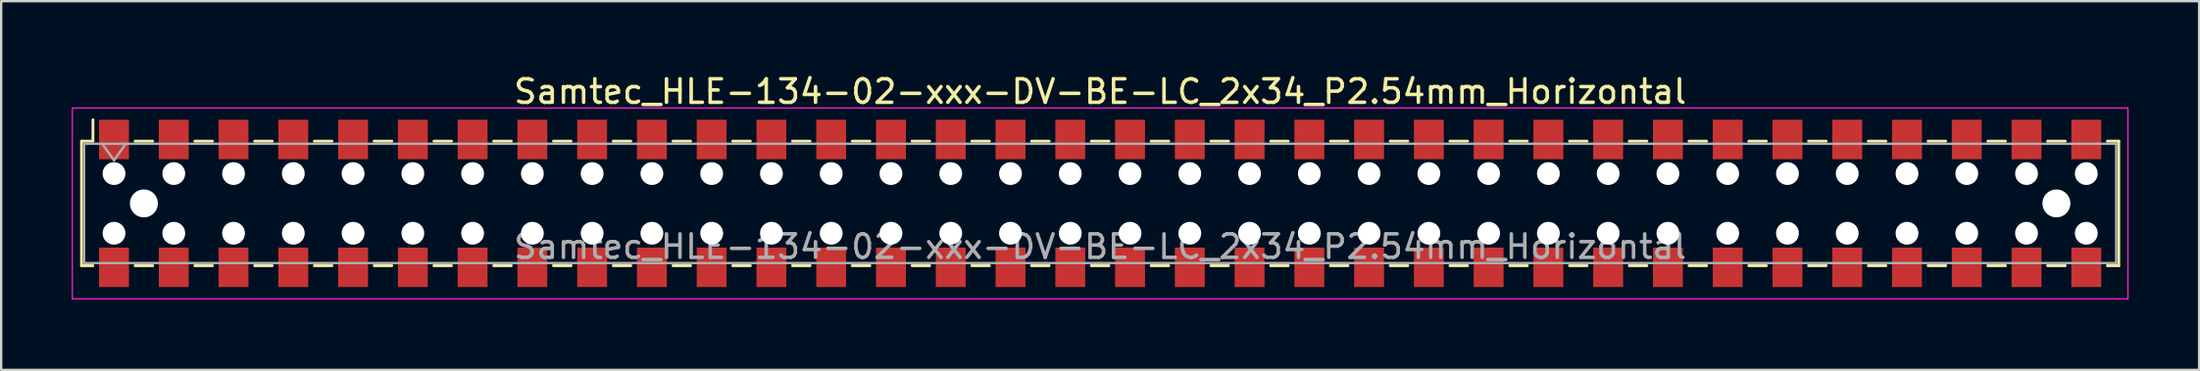
<source format=kicad_pcb>
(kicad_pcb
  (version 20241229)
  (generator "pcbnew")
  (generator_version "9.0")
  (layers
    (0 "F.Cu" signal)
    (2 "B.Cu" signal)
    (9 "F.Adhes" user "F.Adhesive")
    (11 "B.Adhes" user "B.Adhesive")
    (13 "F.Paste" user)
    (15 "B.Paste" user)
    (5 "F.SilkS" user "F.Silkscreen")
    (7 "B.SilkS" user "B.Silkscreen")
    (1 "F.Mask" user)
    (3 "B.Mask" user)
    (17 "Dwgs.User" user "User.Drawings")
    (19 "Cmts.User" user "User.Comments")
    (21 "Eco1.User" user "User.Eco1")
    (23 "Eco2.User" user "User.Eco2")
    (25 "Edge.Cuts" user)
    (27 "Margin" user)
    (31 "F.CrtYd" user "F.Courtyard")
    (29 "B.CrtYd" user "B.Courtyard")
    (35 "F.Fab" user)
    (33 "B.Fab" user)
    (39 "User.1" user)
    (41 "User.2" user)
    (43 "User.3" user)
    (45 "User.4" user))
  (footprint "Samtec_HLE-134-02-xxx-DV-BE-LC_2x34_P2.54mm_Horizontal"
    (layer "F.Cu")
    (at 43.705 5.608)
    (property "Reference" "Samtec_HLE-134-02-xxx-DV-BE-LC_2x34_P2.54mm_Horizontal" (at 0 -4.76 0) (layer "F.SilkS") (effects (font (size 1 1) (thickness 0.15))))
    (attr smd)
    (fp_line (start -43.29 -2.65) (end -43.29 2.65) (stroke (width 0.12) (type solid)) (layer "F.SilkS"))
    (fp_line (start -43.29 2.65) (end -42.805 2.65) (stroke (width 0.12) (type solid)) (layer "F.SilkS"))
    (fp_line (start -42.805 -3.56) (end -42.805 -2.65) (stroke (width 0.12) (type solid)) (layer "F.SilkS"))
    (fp_line (start -42.805 -2.65) (end -43.29 -2.65) (stroke (width 0.12) (type solid)) (layer "F.SilkS"))
    (fp_line (start -41.015 -2.65) (end -40.265 -2.65) (stroke (width 0.12) (type solid)) (layer "F.SilkS"))
    (fp_line (start -41.015 2.65) (end -40.265 2.65) (stroke (width 0.12) (type solid)) (layer "F.SilkS"))
    (fp_line (start -38.475 -2.65) (end -37.725 -2.65) (stroke (width 0.12) (type solid)) (layer "F.SilkS"))
    (fp_line (start -38.475 2.65) (end -37.725 2.65) (stroke (width 0.12) (type solid)) (layer "F.SilkS"))
    (fp_line (start -35.935 -2.65) (end -35.185 -2.65) (stroke (width 0.12) (type solid)) (layer "F.SilkS"))
    (fp_line (start -35.935 2.65) (end -35.185 2.65) (stroke (width 0.12) (type solid)) (layer "F.SilkS"))
    (fp_line (start -33.395 -2.65) (end -32.645 -2.65) (stroke (width 0.12) (type solid)) (layer "F.SilkS"))
    (fp_line (start -33.395 2.65) (end -32.645 2.65) (stroke (width 0.12) (type solid)) (layer "F.SilkS"))
    (fp_line (start -30.855 -2.65) (end -30.105 -2.65) (stroke (width 0.12) (type solid)) (layer "F.SilkS"))
    (fp_line (start -30.855 2.65) (end -30.105 2.65) (stroke (width 0.12) (type solid)) (layer "F.SilkS"))
    (fp_line (start -28.315 -2.65) (end -27.565 -2.65) (stroke (width 0.12) (type solid)) (layer "F.SilkS"))
    (fp_line (start -28.315 2.65) (end -27.565 2.65) (stroke (width 0.12) (type solid)) (layer "F.SilkS"))
    (fp_line (start -25.775 -2.65) (end -25.025 -2.65) (stroke (width 0.12) (type solid)) (layer "F.SilkS"))
    (fp_line (start -25.775 2.65) (end -25.025 2.65) (stroke (width 0.12) (type solid)) (layer "F.SilkS"))
    (fp_line (start -23.235 -2.65) (end -22.485 -2.65) (stroke (width 0.12) (type solid)) (layer "F.SilkS"))
    (fp_line (start -23.235 2.65) (end -22.485 2.65) (stroke (width 0.12) (type solid)) (layer "F.SilkS"))
    (fp_line (start -20.695 -2.65) (end -19.945 -2.65) (stroke (width 0.12) (type solid)) (layer "F.SilkS"))
    (fp_line (start -20.695 2.65) (end -19.945 2.65) (stroke (width 0.12) (type solid)) (layer "F.SilkS"))
    (fp_line (start -18.155 -2.65) (end -17.405 -2.65) (stroke (width 0.12) (type solid)) (layer "F.SilkS"))
    (fp_line (start -18.155 2.65) (end -17.405 2.65) (stroke (width 0.12) (type solid)) (layer "F.SilkS"))
    (fp_line (start -15.615 -2.65) (end -14.865 -2.65) (stroke (width 0.12) (type solid)) (layer "F.SilkS"))
    (fp_line (start -15.615 2.65) (end -14.865 2.65) (stroke (width 0.12) (type solid)) (layer "F.SilkS"))
    (fp_line (start -13.075 -2.65) (end -12.325 -2.65) (stroke (width 0.12) (type solid)) (layer "F.SilkS"))
    (fp_line (start -13.075 2.65) (end -12.325 2.65) (stroke (width 0.12) (type solid)) (layer "F.SilkS"))
    (fp_line (start -10.535 -2.65) (end -9.785 -2.65) (stroke (width 0.12) (type solid)) (layer "F.SilkS"))
    (fp_line (start -10.535 2.65) (end -9.785 2.65) (stroke (width 0.12) (type solid)) (layer "F.SilkS"))
    (fp_line (start -7.995 -2.65) (end -7.245 -2.65) (stroke (width 0.12) (type solid)) (layer "F.SilkS"))
    (fp_line (start -7.995 2.65) (end -7.245 2.65) (stroke (width 0.12) (type solid)) (layer "F.SilkS"))
    (fp_line (start -5.455 -2.65) (end -4.705 -2.65) (stroke (width 0.12) (type solid)) (layer "F.SilkS"))
    (fp_line (start -5.455 2.65) (end -4.705 2.65) (stroke (width 0.12) (type solid)) (layer "F.SilkS"))
    (fp_line (start -2.915 -2.65) (end -2.165 -2.65) (stroke (width 0.12) (type solid)) (layer "F.SilkS"))
    (fp_line (start -2.915 2.65) (end -2.165 2.65) (stroke (width 0.12) (type solid)) (layer "F.SilkS"))
    (fp_line (start -0.375 -2.65) (end 0.375 -2.65) (stroke (width 0.12) (type solid)) (layer "F.SilkS"))
    (fp_line (start -0.375 2.65) (end 0.375 2.65) (stroke (width 0.12) (type solid)) (layer "F.SilkS"))
    (fp_line (start 2.165 -2.65) (end 2.915 -2.65) (stroke (width 0.12) (type solid)) (layer "F.SilkS"))
    (fp_line (start 2.165 2.65) (end 2.915 2.65) (stroke (width 0.12) (type solid)) (layer "F.SilkS"))
    (fp_line (start 4.705 -2.65) (end 5.455 -2.65) (stroke (width 0.12) (type solid)) (layer "F.SilkS"))
    (fp_line (start 4.705 2.65) (end 5.455 2.65) (stroke (width 0.12) (type solid)) (layer "F.SilkS"))
    (fp_line (start 7.245 -2.65) (end 7.995 -2.65) (stroke (width 0.12) (type solid)) (layer "F.SilkS"))
    (fp_line (start 7.245 2.65) (end 7.995 2.65) (stroke (width 0.12) (type solid)) (layer "F.SilkS"))
    (fp_line (start 9.785 -2.65) (end 10.535 -2.65) (stroke (width 0.12) (type solid)) (layer "F.SilkS"))
    (fp_line (start 9.785 2.65) (end 10.535 2.65) (stroke (width 0.12) (type solid)) (layer "F.SilkS"))
    (fp_line (start 12.325 -2.65) (end 13.075 -2.65) (stroke (width 0.12) (type solid)) (layer "F.SilkS"))
    (fp_line (start 12.325 2.65) (end 13.075 2.65) (stroke (width 0.12) (type solid)) (layer "F.SilkS"))
    (fp_line (start 14.865 -2.65) (end 15.615 -2.65) (stroke (width 0.12) (type solid)) (layer "F.SilkS"))
    (fp_line (start 14.865 2.65) (end 15.615 2.65) (stroke (width 0.12) (type solid)) (layer "F.SilkS"))
    (fp_line (start 17.405 -2.65) (end 18.155 -2.65) (stroke (width 0.12) (type solid)) (layer "F.SilkS"))
    (fp_line (start 17.405 2.65) (end 18.155 2.65) (stroke (width 0.12) (type solid)) (layer "F.SilkS"))
    (fp_line (start 19.945 -2.65) (end 20.695 -2.65) (stroke (width 0.12) (type solid)) (layer "F.SilkS"))
    (fp_line (start 19.945 2.65) (end 20.695 2.65) (stroke (width 0.12) (type solid)) (layer "F.SilkS"))
    (fp_line (start 22.485 -2.65) (end 23.235 -2.65) (stroke (width 0.12) (type solid)) (layer "F.SilkS"))
    (fp_line (start 22.485 2.65) (end 23.235 2.65) (stroke (width 0.12) (type solid)) (layer "F.SilkS"))
    (fp_line (start 25.025 -2.65) (end 25.775 -2.65) (stroke (width 0.12) (type solid)) (layer "F.SilkS"))
    (fp_line (start 25.025 2.65) (end 25.775 2.65) (stroke (width 0.12) (type solid)) (layer "F.SilkS"))
    (fp_line (start 27.565 -2.65) (end 28.315 -2.65) (stroke (width 0.12) (type solid)) (layer "F.SilkS"))
    (fp_line (start 27.565 2.65) (end 28.315 2.65) (stroke (width 0.12) (type solid)) (layer "F.SilkS"))
    (fp_line (start 30.105 -2.65) (end 30.855 -2.65) (stroke (width 0.12) (type solid)) (layer "F.SilkS"))
    (fp_line (start 30.105 2.65) (end 30.855 2.65) (stroke (width 0.12) (type solid)) (layer "F.SilkS"))
    (fp_line (start 32.645 -2.65) (end 33.395 -2.65) (stroke (width 0.12) (type solid)) (layer "F.SilkS"))
    (fp_line (start 32.645 2.65) (end 33.395 2.65) (stroke (width 0.12) (type solid)) (layer "F.SilkS"))
    (fp_line (start 35.185 -2.65) (end 35.935 -2.65) (stroke (width 0.12) (type solid)) (layer "F.SilkS"))
    (fp_line (start 35.185 2.65) (end 35.935 2.65) (stroke (width 0.12) (type solid)) (layer "F.SilkS"))
    (fp_line (start 37.725 -2.65) (end 38.475 -2.65) (stroke (width 0.12) (type solid)) (layer "F.SilkS"))
    (fp_line (start 37.725 2.65) (end 38.475 2.65) (stroke (width 0.12) (type solid)) (layer "F.SilkS"))
    (fp_line (start 40.265 -2.65) (end 41.015 -2.65) (stroke (width 0.12) (type solid)) (layer "F.SilkS"))
    (fp_line (start 40.265 2.65) (end 41.015 2.65) (stroke (width 0.12) (type solid)) (layer "F.SilkS"))
    (fp_line (start 42.805 -2.65) (end 43.29 -2.65) (stroke (width 0.12) (type solid)) (layer "F.SilkS"))
    (fp_line (start 43.29 -2.65) (end 43.29 2.65) (stroke (width 0.12) (type solid)) (layer "F.SilkS"))
    (fp_line (start 43.29 2.65) (end 42.805 2.65) (stroke (width 0.12) (type solid)) (layer "F.SilkS"))
    (fp_line (start -43.68 -4.06) (end 43.68 -4.06) (stroke (width 0.05) (type solid)) (layer "F.CrtYd"))
    (fp_line (start -43.68 4.06) (end -43.68 -4.06) (stroke (width 0.05) (type solid)) (layer "F.CrtYd"))
    (fp_line (start 43.68 -4.06) (end 43.68 4.06) (stroke (width 0.05) (type solid)) (layer "F.CrtYd"))
    (fp_line (start 43.68 4.06) (end -43.68 4.06) (stroke (width 0.05) (type solid)) (layer "F.CrtYd"))
    (fp_line (start -43.18 -2.54) (end 43.18 -2.54) (stroke (width 0.1) (type solid)) (layer "F.Fab"))
    (fp_line (start -43.18 2.54) (end -43.18 -2.54) (stroke (width 0.1) (type solid)) (layer "F.Fab"))
    (fp_line (start -42.41 -2.54) (end -41.91 -1.833) (stroke (width 0.1) (type solid)) (layer "F.Fab"))
    (fp_line (start -41.91 -1.833) (end -41.41 -2.54) (stroke (width 0.1) (type solid)) (layer "F.Fab"))
    (fp_line (start 43.18 -2.54) (end 43.18 2.54) (stroke (width 0.1) (type solid)) (layer "F.Fab"))
    (fp_line (start 43.18 2.54) (end -43.18 2.54) (stroke (width 0.1) (type solid)) (layer "F.Fab"))
    (fp_text user "${REFERENCE}" (at 0 1.84 0) (layer "F.Fab") (effects (font (size 1 1) (thickness 0.15))))
    (pad "" np_thru_hole circle (at -41.91 -1.27) (size 0.97 0.97) (drill 0.97) (layers "*.Cu" "*.Mask"))
    (pad "" np_thru_hole circle (at -41.91 1.27) (size 0.97 0.97) (drill 0.97) (layers "*.Cu" "*.Mask"))
    (pad "" np_thru_hole circle (at -40.64 0) (size 1.19 1.19) (drill 1.19) (layers "*.Cu" "*.Mask"))
    (pad "" np_thru_hole circle (at -39.37 -1.27) (size 0.97 0.97) (drill 0.97) (layers "*.Cu" "*.Mask"))
    (pad "" np_thru_hole circle (at -39.37 1.27) (size 0.97 0.97) (drill 0.97) (layers "*.Cu" "*.Mask"))
    (pad "" np_thru_hole circle (at -36.83 -1.27) (size 0.97 0.97) (drill 0.97) (layers "*.Cu" "*.Mask"))
    (pad "" np_thru_hole circle (at -36.83 1.27) (size 0.97 0.97) (drill 0.97) (layers "*.Cu" "*.Mask"))
    (pad "" np_thru_hole circle (at -34.29 -1.27) (size 0.97 0.97) (drill 0.97) (layers "*.Cu" "*.Mask"))
    (pad "" np_thru_hole circle (at -34.29 1.27) (size 0.97 0.97) (drill 0.97) (layers "*.Cu" "*.Mask"))
    (pad "" np_thru_hole circle (at -31.75 -1.27) (size 0.97 0.97) (drill 0.97) (layers "*.Cu" "*.Mask"))
    (pad "" np_thru_hole circle (at -31.75 1.27) (size 0.97 0.97) (drill 0.97) (layers "*.Cu" "*.Mask"))
    (pad "" np_thru_hole circle (at -29.21 -1.27) (size 0.97 0.97) (drill 0.97) (layers "*.Cu" "*.Mask"))
    (pad "" np_thru_hole circle (at -29.21 1.27) (size 0.97 0.97) (drill 0.97) (layers "*.Cu" "*.Mask"))
    (pad "" np_thru_hole circle (at -26.67 -1.27) (size 0.97 0.97) (drill 0.97) (layers "*.Cu" "*.Mask"))
    (pad "" np_thru_hole circle (at -26.67 1.27) (size 0.97 0.97) (drill 0.97) (layers "*.Cu" "*.Mask"))
    (pad "" np_thru_hole circle (at -24.13 -1.27) (size 0.97 0.97) (drill 0.97) (layers "*.Cu" "*.Mask"))
    (pad "" np_thru_hole circle (at -24.13 1.27) (size 0.97 0.97) (drill 0.97) (layers "*.Cu" "*.Mask"))
    (pad "" np_thru_hole circle (at -21.59 -1.27) (size 0.97 0.97) (drill 0.97) (layers "*.Cu" "*.Mask"))
    (pad "" np_thru_hole circle (at -21.59 1.27) (size 0.97 0.97) (drill 0.97) (layers "*.Cu" "*.Mask"))
    (pad "" np_thru_hole circle (at -19.05 -1.27) (size 0.97 0.97) (drill 0.97) (layers "*.Cu" "*.Mask"))
    (pad "" np_thru_hole circle (at -19.05 1.27) (size 0.97 0.97) (drill 0.97) (layers "*.Cu" "*.Mask"))
    (pad "" np_thru_hole circle (at -16.51 -1.27) (size 0.97 0.97) (drill 0.97) (layers "*.Cu" "*.Mask"))
    (pad "" np_thru_hole circle (at -16.51 1.27) (size 0.97 0.97) (drill 0.97) (layers "*.Cu" "*.Mask"))
    (pad "" np_thru_hole circle (at -13.97 -1.27) (size 0.97 0.97) (drill 0.97) (layers "*.Cu" "*.Mask"))
    (pad "" np_thru_hole circle (at -13.97 1.27) (size 0.97 0.97) (drill 0.97) (layers "*.Cu" "*.Mask"))
    (pad "" np_thru_hole circle (at -11.43 -1.27) (size 0.97 0.97) (drill 0.97) (layers "*.Cu" "*.Mask"))
    (pad "" np_thru_hole circle (at -11.43 1.27) (size 0.97 0.97) (drill 0.97) (layers "*.Cu" "*.Mask"))
    (pad "" np_thru_hole circle (at -8.89 -1.27) (size 0.97 0.97) (drill 0.97) (layers "*.Cu" "*.Mask"))
    (pad "" np_thru_hole circle (at -8.89 1.27) (size 0.97 0.97) (drill 0.97) (layers "*.Cu" "*.Mask"))
    (pad "" np_thru_hole circle (at -6.35 -1.27) (size 0.97 0.97) (drill 0.97) (layers "*.Cu" "*.Mask"))
    (pad "" np_thru_hole circle (at -6.35 1.27) (size 0.97 0.97) (drill 0.97) (layers "*.Cu" "*.Mask"))
    (pad "" np_thru_hole circle (at -3.81 -1.27) (size 0.97 0.97) (drill 0.97) (layers "*.Cu" "*.Mask"))
    (pad "" np_thru_hole circle (at -3.81 1.27) (size 0.97 0.97) (drill 0.97) (layers "*.Cu" "*.Mask"))
    (pad "" np_thru_hole circle (at -1.27 -1.27) (size 0.97 0.97) (drill 0.97) (layers "*.Cu" "*.Mask"))
    (pad "" np_thru_hole circle (at -1.27 1.27) (size 0.97 0.97) (drill 0.97) (layers "*.Cu" "*.Mask"))
    (pad "" np_thru_hole circle (at 1.27 -1.27) (size 0.97 0.97) (drill 0.97) (layers "*.Cu" "*.Mask"))
    (pad "" np_thru_hole circle (at 1.27 1.27) (size 0.97 0.97) (drill 0.97) (layers "*.Cu" "*.Mask"))
    (pad "" np_thru_hole circle (at 3.81 -1.27) (size 0.97 0.97) (drill 0.97) (layers "*.Cu" "*.Mask"))
    (pad "" np_thru_hole circle (at 3.81 1.27) (size 0.97 0.97) (drill 0.97) (layers "*.Cu" "*.Mask"))
    (pad "" np_thru_hole circle (at 6.35 -1.27) (size 0.97 0.97) (drill 0.97) (layers "*.Cu" "*.Mask"))
    (pad "" np_thru_hole circle (at 6.35 1.27) (size 0.97 0.97) (drill 0.97) (layers "*.Cu" "*.Mask"))
    (pad "" np_thru_hole circle (at 8.89 -1.27) (size 0.97 0.97) (drill 0.97) (layers "*.Cu" "*.Mask"))
    (pad "" np_thru_hole circle (at 8.89 1.27) (size 0.97 0.97) (drill 0.97) (layers "*.Cu" "*.Mask"))
    (pad "" np_thru_hole circle (at 11.43 -1.27) (size 0.97 0.97) (drill 0.97) (layers "*.Cu" "*.Mask"))
    (pad "" np_thru_hole circle (at 11.43 1.27) (size 0.97 0.97) (drill 0.97) (layers "*.Cu" "*.Mask"))
    (pad "" np_thru_hole circle (at 13.97 -1.27) (size 0.97 0.97) (drill 0.97) (layers "*.Cu" "*.Mask"))
    (pad "" np_thru_hole circle (at 13.97 1.27) (size 0.97 0.97) (drill 0.97) (layers "*.Cu" "*.Mask"))
    (pad "" np_thru_hole circle (at 16.51 -1.27) (size 0.97 0.97) (drill 0.97) (layers "*.Cu" "*.Mask"))
    (pad "" np_thru_hole circle (at 16.51 1.27) (size 0.97 0.97) (drill 0.97) (layers "*.Cu" "*.Mask"))
    (pad "" np_thru_hole circle (at 19.05 -1.27) (size 0.97 0.97) (drill 0.97) (layers "*.Cu" "*.Mask"))
    (pad "" np_thru_hole circle (at 19.05 1.27) (size 0.97 0.97) (drill 0.97) (layers "*.Cu" "*.Mask"))
    (pad "" np_thru_hole circle (at 21.59 -1.27) (size 0.97 0.97) (drill 0.97) (layers "*.Cu" "*.Mask"))
    (pad "" np_thru_hole circle (at 21.59 1.27) (size 0.97 0.97) (drill 0.97) (layers "*.Cu" "*.Mask"))
    (pad "" np_thru_hole circle (at 24.13 -1.27) (size 0.97 0.97) (drill 0.97) (layers "*.Cu" "*.Mask"))
    (pad "" np_thru_hole circle (at 24.13 1.27) (size 0.97 0.97) (drill 0.97) (layers "*.Cu" "*.Mask"))
    (pad "" np_thru_hole circle (at 26.67 -1.27) (size 0.97 0.97) (drill 0.97) (layers "*.Cu" "*.Mask"))
    (pad "" np_thru_hole circle (at 26.67 1.27) (size 0.97 0.97) (drill 0.97) (layers "*.Cu" "*.Mask"))
    (pad "" np_thru_hole circle (at 29.21 -1.27) (size 0.97 0.97) (drill 0.97) (layers "*.Cu" "*.Mask"))
    (pad "" np_thru_hole circle (at 29.21 1.27) (size 0.97 0.97) (drill 0.97) (layers "*.Cu" "*.Mask"))
    (pad "" np_thru_hole circle (at 31.75 -1.27) (size 0.97 0.97) (drill 0.97) (layers "*.Cu" "*.Mask"))
    (pad "" np_thru_hole circle (at 31.75 1.27) (size 0.97 0.97) (drill 0.97) (layers "*.Cu" "*.Mask"))
    (pad "" np_thru_hole circle (at 34.29 -1.27) (size 0.97 0.97) (drill 0.97) (layers "*.Cu" "*.Mask"))
    (pad "" np_thru_hole circle (at 34.29 1.27) (size 0.97 0.97) (drill 0.97) (layers "*.Cu" "*.Mask"))
    (pad "" np_thru_hole circle (at 36.83 -1.27) (size 0.97 0.97) (drill 0.97) (layers "*.Cu" "*.Mask"))
    (pad "" np_thru_hole circle (at 36.83 1.27) (size 0.97 0.97) (drill 0.97) (layers "*.Cu" "*.Mask"))
    (pad "" np_thru_hole circle (at 39.37 -1.27) (size 0.97 0.97) (drill 0.97) (layers "*.Cu" "*.Mask"))
    (pad "" np_thru_hole circle (at 39.37 1.27) (size 0.97 0.97) (drill 0.97) (layers "*.Cu" "*.Mask"))
    (pad "" np_thru_hole circle (at 40.64 0) (size 1.19 1.19) (drill 1.19) (layers "*.Cu" "*.Mask"))
    (pad "" np_thru_hole circle (at 41.91 -1.27) (size 0.97 0.97) (drill 0.97) (layers "*.Cu" "*.Mask"))
    (pad "" np_thru_hole circle (at 41.91 1.27) (size 0.97 0.97) (drill 0.97) (layers "*.Cu" "*.Mask"))
    (pad "1" smd rect (at -41.91 -2.72) (size 1.27 1.68) (layers "F.Cu" "F.Mask" "F.Paste"))
    (pad "2" smd rect (at -41.91 2.72) (size 1.27 1.68) (layers "F.Cu" "F.Mask" "F.Paste"))
    (pad "3" smd rect (at -39.37 -2.72) (size 1.27 1.68) (layers "F.Cu" "F.Mask" "F.Paste"))
    (pad "4" smd rect (at -39.37 2.72) (size 1.27 1.68) (layers "F.Cu" "F.Mask" "F.Paste"))
    (pad "5" smd rect (at -36.83 -2.72) (size 1.27 1.68) (layers "F.Cu" "F.Mask" "F.Paste"))
    (pad "6" smd rect (at -36.83 2.72) (size 1.27 1.68) (layers "F.Cu" "F.Mask" "F.Paste"))
    (pad "7" smd rect (at -34.29 -2.72) (size 1.27 1.68) (layers "F.Cu" "F.Mask" "F.Paste"))
    (pad "8" smd rect (at -34.29 2.72) (size 1.27 1.68) (layers "F.Cu" "F.Mask" "F.Paste"))
    (pad "9" smd rect (at -31.75 -2.72) (size 1.27 1.68) (layers "F.Cu" "F.Mask" "F.Paste"))
    (pad "10" smd rect (at -31.75 2.72) (size 1.27 1.68) (layers "F.Cu" "F.Mask" "F.Paste"))
    (pad "11" smd rect (at -29.21 -2.72) (size 1.27 1.68) (layers "F.Cu" "F.Mask" "F.Paste"))
    (pad "12" smd rect (at -29.21 2.72) (size 1.27 1.68) (layers "F.Cu" "F.Mask" "F.Paste"))
    (pad "13" smd rect (at -26.67 -2.72) (size 1.27 1.68) (layers "F.Cu" "F.Mask" "F.Paste"))
    (pad "14" smd rect (at -26.67 2.72) (size 1.27 1.68) (layers "F.Cu" "F.Mask" "F.Paste"))
    (pad "15" smd rect (at -24.13 -2.72) (size 1.27 1.68) (layers "F.Cu" "F.Mask" "F.Paste"))
    (pad "16" smd rect (at -24.13 2.72) (size 1.27 1.68) (layers "F.Cu" "F.Mask" "F.Paste"))
    (pad "17" smd rect (at -21.59 -2.72) (size 1.27 1.68) (layers "F.Cu" "F.Mask" "F.Paste"))
    (pad "18" smd rect (at -21.59 2.72) (size 1.27 1.68) (layers "F.Cu" "F.Mask" "F.Paste"))
    (pad "19" smd rect (at -19.05 -2.72) (size 1.27 1.68) (layers "F.Cu" "F.Mask" "F.Paste"))
    (pad "20" smd rect (at -19.05 2.72) (size 1.27 1.68) (layers "F.Cu" "F.Mask" "F.Paste"))
    (pad "21" smd rect (at -16.51 -2.72) (size 1.27 1.68) (layers "F.Cu" "F.Mask" "F.Paste"))
    (pad "22" smd rect (at -16.51 2.72) (size 1.27 1.68) (layers "F.Cu" "F.Mask" "F.Paste"))
    (pad "23" smd rect (at -13.97 -2.72) (size 1.27 1.68) (layers "F.Cu" "F.Mask" "F.Paste"))
    (pad "24" smd rect (at -13.97 2.72) (size 1.27 1.68) (layers "F.Cu" "F.Mask" "F.Paste"))
    (pad "25" smd rect (at -11.43 -2.72) (size 1.27 1.68) (layers "F.Cu" "F.Mask" "F.Paste"))
    (pad "26" smd rect (at -11.43 2.72) (size 1.27 1.68) (layers "F.Cu" "F.Mask" "F.Paste"))
    (pad "27" smd rect (at -8.89 -2.72) (size 1.27 1.68) (layers "F.Cu" "F.Mask" "F.Paste"))
    (pad "28" smd rect (at -8.89 2.72) (size 1.27 1.68) (layers "F.Cu" "F.Mask" "F.Paste"))
    (pad "29" smd rect (at -6.35 -2.72) (size 1.27 1.68) (layers "F.Cu" "F.Mask" "F.Paste"))
    (pad "30" smd rect (at -6.35 2.72) (size 1.27 1.68) (layers "F.Cu" "F.Mask" "F.Paste"))
    (pad "31" smd rect (at -3.81 -2.72) (size 1.27 1.68) (layers "F.Cu" "F.Mask" "F.Paste"))
    (pad "32" smd rect (at -3.81 2.72) (size 1.27 1.68) (layers "F.Cu" "F.Mask" "F.Paste"))
    (pad "33" smd rect (at -1.27 -2.72) (size 1.27 1.68) (layers "F.Cu" "F.Mask" "F.Paste"))
    (pad "34" smd rect (at -1.27 2.72) (size 1.27 1.68) (layers "F.Cu" "F.Mask" "F.Paste"))
    (pad "35" smd rect (at 1.27 -2.72) (size 1.27 1.68) (layers "F.Cu" "F.Mask" "F.Paste"))
    (pad "36" smd rect (at 1.27 2.72) (size 1.27 1.68) (layers "F.Cu" "F.Mask" "F.Paste"))
    (pad "37" smd rect (at 3.81 -2.72) (size 1.27 1.68) (layers "F.Cu" "F.Mask" "F.Paste"))
    (pad "38" smd rect (at 3.81 2.72) (size 1.27 1.68) (layers "F.Cu" "F.Mask" "F.Paste"))
    (pad "39" smd rect (at 6.35 -2.72) (size 1.27 1.68) (layers "F.Cu" "F.Mask" "F.Paste"))
    (pad "40" smd rect (at 6.35 2.72) (size 1.27 1.68) (layers "F.Cu" "F.Mask" "F.Paste"))
    (pad "41" smd rect (at 8.89 -2.72) (size 1.27 1.68) (layers "F.Cu" "F.Mask" "F.Paste"))
    (pad "42" smd rect (at 8.89 2.72) (size 1.27 1.68) (layers "F.Cu" "F.Mask" "F.Paste"))
    (pad "43" smd rect (at 11.43 -2.72) (size 1.27 1.68) (layers "F.Cu" "F.Mask" "F.Paste"))
    (pad "44" smd rect (at 11.43 2.72) (size 1.27 1.68) (layers "F.Cu" "F.Mask" "F.Paste"))
    (pad "45" smd rect (at 13.97 -2.72) (size 1.27 1.68) (layers "F.Cu" "F.Mask" "F.Paste"))
    (pad "46" smd rect (at 13.97 2.72) (size 1.27 1.68) (layers "F.Cu" "F.Mask" "F.Paste"))
    (pad "47" smd rect (at 16.51 -2.72) (size 1.27 1.68) (layers "F.Cu" "F.Mask" "F.Paste"))
    (pad "48" smd rect (at 16.51 2.72) (size 1.27 1.68) (layers "F.Cu" "F.Mask" "F.Paste"))
    (pad "49" smd rect (at 19.05 -2.72) (size 1.27 1.68) (layers "F.Cu" "F.Mask" "F.Paste"))
    (pad "50" smd rect (at 19.05 2.72) (size 1.27 1.68) (layers "F.Cu" "F.Mask" "F.Paste"))
    (pad "51" smd rect (at 21.59 -2.72) (size 1.27 1.68) (layers "F.Cu" "F.Mask" "F.Paste"))
    (pad "52" smd rect (at 21.59 2.72) (size 1.27 1.68) (layers "F.Cu" "F.Mask" "F.Paste"))
    (pad "53" smd rect (at 24.13 -2.72) (size 1.27 1.68) (layers "F.Cu" "F.Mask" "F.Paste"))
    (pad "54" smd rect (at 24.13 2.72) (size 1.27 1.68) (layers "F.Cu" "F.Mask" "F.Paste"))
    (pad "55" smd rect (at 26.67 -2.72) (size 1.27 1.68) (layers "F.Cu" "F.Mask" "F.Paste"))
    (pad "56" smd rect (at 26.67 2.72) (size 1.27 1.68) (layers "F.Cu" "F.Mask" "F.Paste"))
    (pad "57" smd rect (at 29.21 -2.72) (size 1.27 1.68) (layers "F.Cu" "F.Mask" "F.Paste"))
    (pad "58" smd rect (at 29.21 2.72) (size 1.27 1.68) (layers "F.Cu" "F.Mask" "F.Paste"))
    (pad "59" smd rect (at 31.75 -2.72) (size 1.27 1.68) (layers "F.Cu" "F.Mask" "F.Paste"))
    (pad "60" smd rect (at 31.75 2.72) (size 1.27 1.68) (layers "F.Cu" "F.Mask" "F.Paste"))
    (pad "61" smd rect (at 34.29 -2.72) (size 1.27 1.68) (layers "F.Cu" "F.Mask" "F.Paste"))
    (pad "62" smd rect (at 34.29 2.72) (size 1.27 1.68) (layers "F.Cu" "F.Mask" "F.Paste"))
    (pad "63" smd rect (at 36.83 -2.72) (size 1.27 1.68) (layers "F.Cu" "F.Mask" "F.Paste"))
    (pad "64" smd rect (at 36.83 2.72) (size 1.27 1.68) (layers "F.Cu" "F.Mask" "F.Paste"))
    (pad "65" smd rect (at 39.37 -2.72) (size 1.27 1.68) (layers "F.Cu" "F.Mask" "F.Paste"))
    (pad "66" smd rect (at 39.37 2.72) (size 1.27 1.68) (layers "F.Cu" "F.Mask" "F.Paste"))
    (pad "67" smd rect (at 41.91 -2.72) (size 1.27 1.68) (layers "F.Cu" "F.Mask" "F.Paste"))
    (pad "68" smd rect (at 41.91 2.72) (size 1.27 1.68) (layers "F.Cu" "F.Mask" "F.Paste")))
  (gr_rect
    (start -3 -3)
    (end 90.41 12.693)
    (stroke (width 0.1) (type default))
    (fill no)
    (layer "Edge.Cuts")))
</source>
